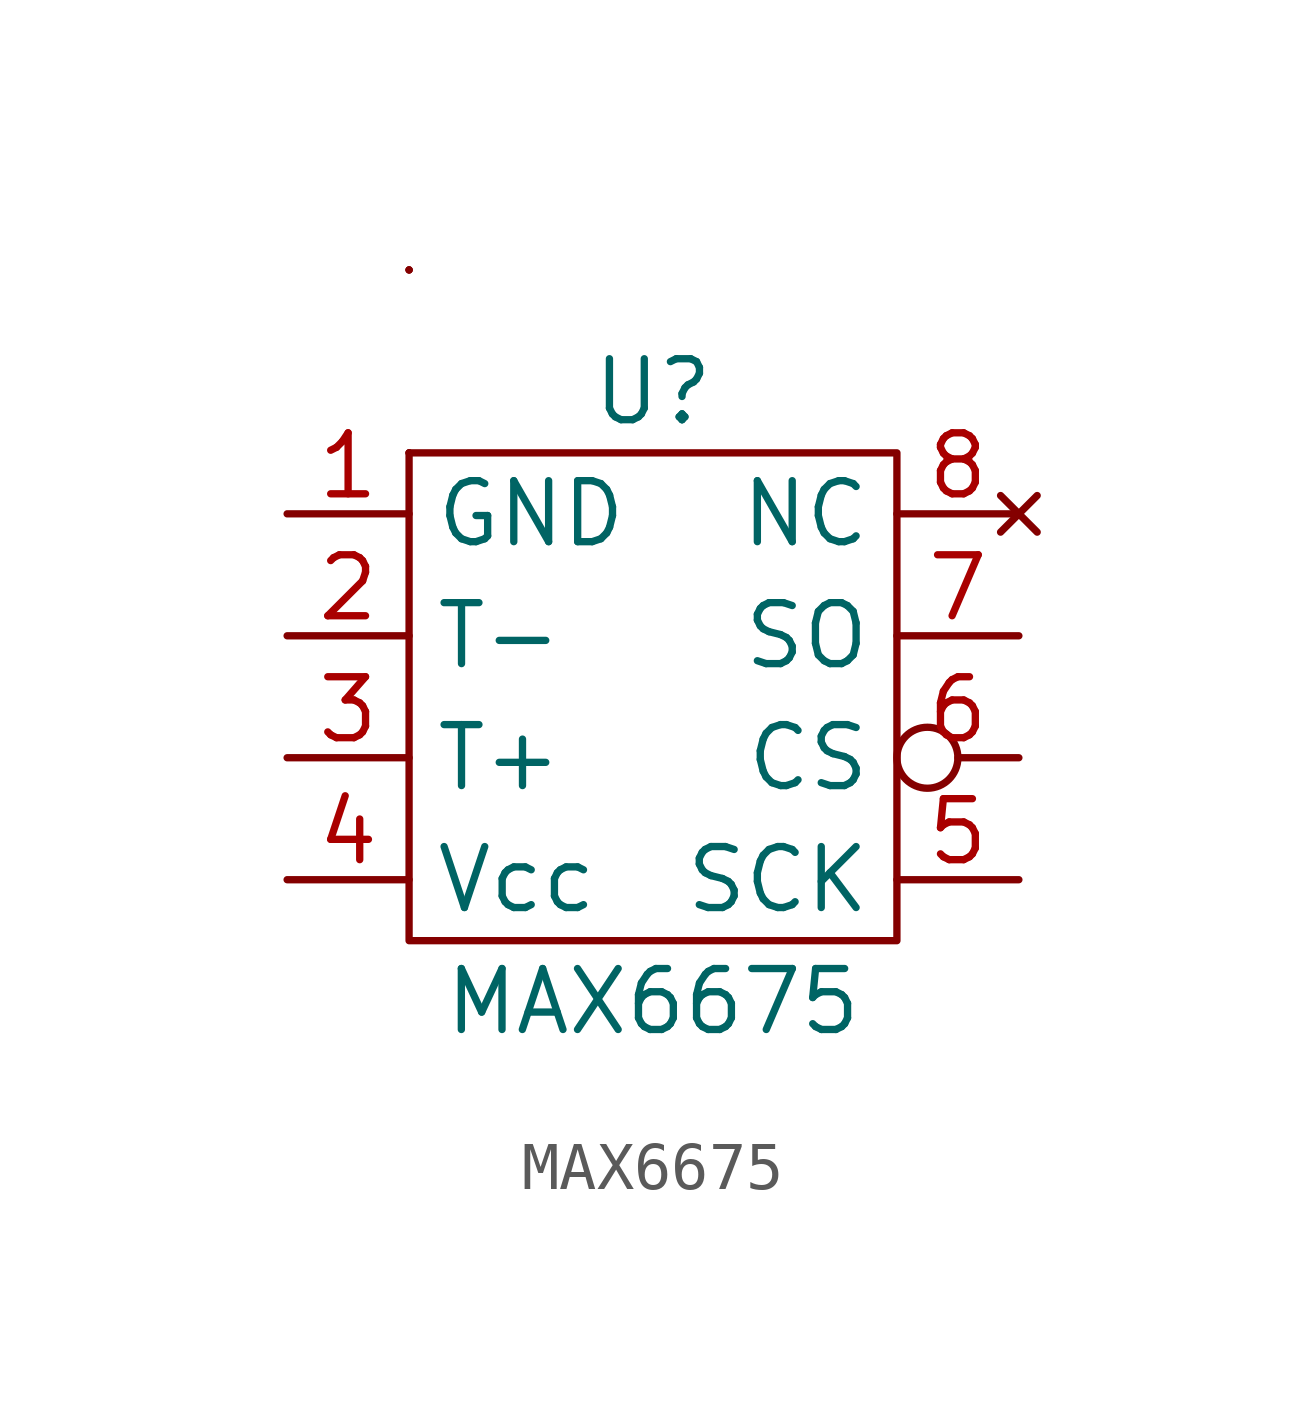
<source format=kicad_sym>
(kicad_symbol_lib
  (version 20211014)
  (generator kicad_symbol_editor)
  (symbol "MAX6675"
    (property "Reference" "U"
      (at 0 6.35 0)
      (effects (font (size 1.27 1.27))))
    (property "Value" "MAX6675"
      (at 0 -6.35 0)
      (effects (font (size 1.27 1.27))))
    (symbol "MAX6675_0_1"
      (rectangle (start -5.08 5.08) (end -5.08 5.08) (stroke (width 0) (type default) (color 0 0 0 0)) (fill (type none)))
      (rectangle (start -5.08 5.08) (end -5.08 5.08) (stroke (width 0) (type default) (color 0 0 0 0)) (fill (type none)))
      (rectangle (start -5.08 5.08) (end 5.08 -5.08) (stroke (width 0) (type default) (color 0 0 0 0)) (fill (type none)))
      (rectangle (start -5.08 8.89) (end -5.08 8.89) (stroke (width 0) (type default) (color 0 0 0 0)) (fill (type none)))
      (rectangle (start -5.08 8.89) (end -5.08 8.89) (stroke (width 0) (type default) (color 0 0 0 0)) (fill (type none)))
      (rectangle (start -5.08 8.89) (end -5.08 8.89) (stroke (width 0) (type default) (color 0 0 0 0)) (fill (type none))))
    (symbol "MAX6675_1_1"
      (pin power_in line (at -7.62 3.81 0) (length 2.54) (name "GND" (effects (font (size 1.27 1.27)))) (number "1" (effects (font (size 1.27 1.27)))))
      (pin input line (at -7.62 1.27 0) (length 2.54) (name "T-" (effects (font (size 1.27 1.27)))) (number "2" (effects (font (size 1.27 1.27)))))
      (pin input line (at -7.62 -1.27 0) (length 2.54) (name "T+" (effects (font (size 1.27 1.27)))) (number "3" (effects (font (size 1.27 1.27)))))
      (pin power_in line (at -7.62 -3.81 0) (length 2.54) (name "Vcc" (effects (font (size 1.27 1.27)))) (number "4" (effects (font (size 1.27 1.27)))))
      (pin input line (at 7.62 -3.81 180) (length 2.54) (name "SCK" (effects (font (size 1.27 1.27)))) (number "5" (effects (font (size 1.27 1.27)))))
      (pin input inverted (at 7.62 -1.27 180) (length 2.54) (name "CS" (effects (font (size 1.27 1.27)))) (number "6" (effects (font (size 1.27 1.27)))))
      (pin output line (at 7.62 1.27 180) (length 2.54) (name "SO" (effects (font (size 1.27 1.27)))) (number "7" (effects (font (size 1.27 1.27)))))
      (pin no_connect line (at 7.62 3.81 180) (length 2.54) (name "NC" (effects (font (size 1.27 1.27)))) (number "8" (effects (font (size 1.27 1.27))))))))
</source>
